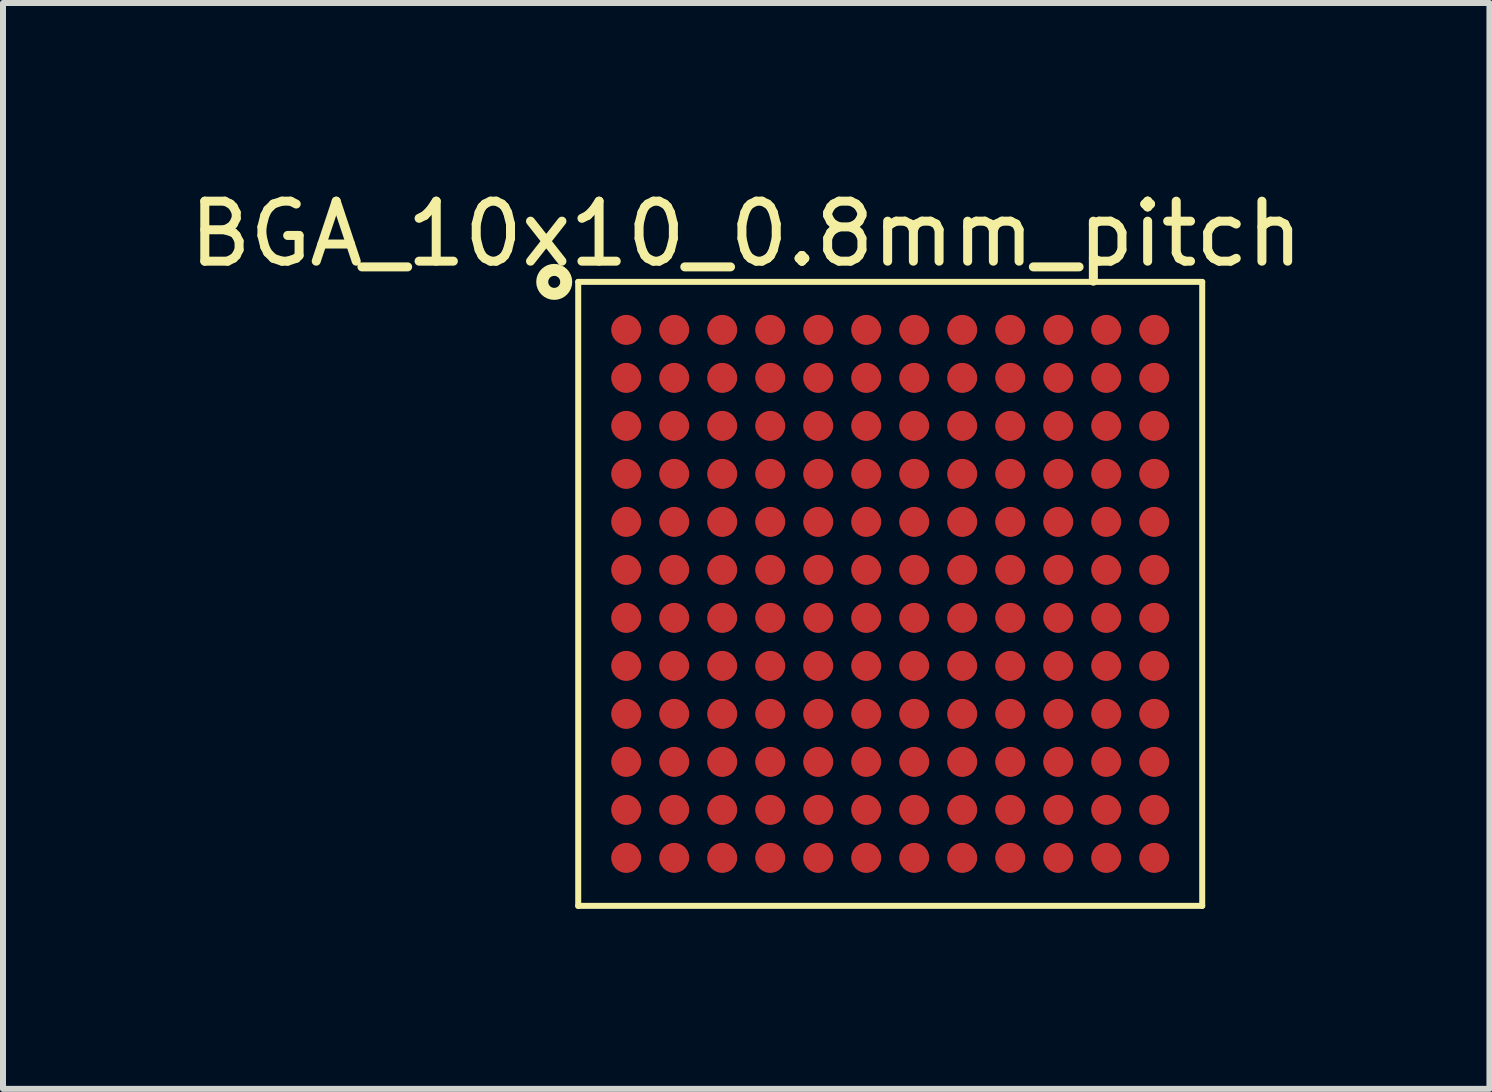
<source format=kicad_pcb>
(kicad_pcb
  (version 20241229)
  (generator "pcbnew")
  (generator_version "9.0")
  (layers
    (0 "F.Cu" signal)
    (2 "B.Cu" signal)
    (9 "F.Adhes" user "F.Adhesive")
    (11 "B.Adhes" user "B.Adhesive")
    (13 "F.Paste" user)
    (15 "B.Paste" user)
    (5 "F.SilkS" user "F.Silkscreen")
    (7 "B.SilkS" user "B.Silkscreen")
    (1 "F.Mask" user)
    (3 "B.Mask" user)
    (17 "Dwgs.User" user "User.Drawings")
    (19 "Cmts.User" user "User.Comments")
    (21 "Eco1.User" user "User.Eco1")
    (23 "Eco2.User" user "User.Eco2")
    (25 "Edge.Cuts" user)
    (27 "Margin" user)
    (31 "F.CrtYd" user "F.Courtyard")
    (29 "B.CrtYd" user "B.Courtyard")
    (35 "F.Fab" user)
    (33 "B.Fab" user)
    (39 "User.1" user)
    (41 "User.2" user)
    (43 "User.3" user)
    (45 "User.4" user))
  (footprint "BGA_10x10_0.8mm_pitch"
    (layer "F.Cu")
    (at 7.387 2.448)
    (property "Reference" "BGA_10x10_0.8mm_pitch" (at 2 -1.6 0) (layer "F.SilkS") (effects (font (size 1 1) (thickness 0.15))))
    (attr through_hole)
    (fp_line (start -0.8 -0.8) (end 9.6 -0.8) (stroke (width 0.1) (type solid)) (layer "F.SilkS"))
    (fp_line (start -0.8 9.6) (end -0.8 -0.8) (stroke (width 0.1) (type solid)) (layer "F.SilkS"))
    (fp_line (start 9.6 -0.8) (end 9.6 9.6) (stroke (width 0.1) (type solid)) (layer "F.SilkS"))
    (fp_line (start 9.6 9.6) (end -0.8 9.6) (stroke (width 0.1) (type solid)) (layer "F.SilkS"))
    (fp_circle (center -1.2 -0.8) (end -1.2 -0.6) (stroke (width 0.2) (type solid)) (fill no) (layer "F.SilkS"))
    (pad "A1" smd circle (at 0 0) (size 0.5 0.5) (layers "F.Cu" "F.Mask" "F.Paste"))
    (pad "A2" smd circle (at 0.8 0) (size 0.5 0.5) (layers "F.Cu" "F.Mask" "F.Paste"))
    (pad "A3" smd circle (at 1.6 0) (size 0.5 0.5) (layers "F.Cu" "F.Mask" "F.Paste"))
    (pad "A4" smd circle (at 2.4 0) (size 0.5 0.5) (layers "F.Cu" "F.Mask" "F.Paste"))
    (pad "A5" smd circle (at 3.2 0) (size 0.5 0.5) (layers "F.Cu" "F.Mask" "F.Paste"))
    (pad "A6" smd circle (at 4 0) (size 0.5 0.5) (layers "F.Cu" "F.Mask" "F.Paste"))
    (pad "A7" smd circle (at 4.8 0) (size 0.5 0.5) (layers "F.Cu" "F.Mask" "F.Paste"))
    (pad "A8" smd circle (at 5.6 0) (size 0.5 0.5) (layers "F.Cu" "F.Mask" "F.Paste"))
    (pad "A9" smd circle (at 6.4 0) (size 0.5 0.5) (layers "F.Cu" "F.Mask" "F.Paste"))
    (pad "A10" smd circle (at 7.2 0) (size 0.5 0.5) (layers "F.Cu" "F.Mask" "F.Paste"))
    (pad "A11" smd circle (at 8 0) (size 0.5 0.5) (layers "F.Cu" "F.Mask" "F.Paste"))
    (pad "A12" smd circle (at 8.8 0) (size 0.5 0.5) (layers "F.Cu" "F.Mask" "F.Paste"))
    (pad "B1" smd circle (at 0 0.8) (size 0.5 0.5) (layers "F.Cu" "F.Mask" "F.Paste"))
    (pad "B2" smd circle (at 0.8 0.8) (size 0.5 0.5) (layers "F.Cu" "F.Mask" "F.Paste"))
    (pad "B3" smd circle (at 1.6 0.8) (size 0.5 0.5) (layers "F.Cu" "F.Mask" "F.Paste"))
    (pad "B4" smd circle (at 2.4 0.8) (size 0.5 0.5) (layers "F.Cu" "F.Mask" "F.Paste"))
    (pad "B5" smd circle (at 3.2 0.8) (size 0.5 0.5) (layers "F.Cu" "F.Mask" "F.Paste"))
    (pad "B6" smd circle (at 4 0.8) (size 0.5 0.5) (layers "F.Cu" "F.Mask" "F.Paste"))
    (pad "B7" smd circle (at 4.8 0.8) (size 0.5 0.5) (layers "F.Cu" "F.Mask" "F.Paste"))
    (pad "B8" smd circle (at 5.6 0.8) (size 0.5 0.5) (layers "F.Cu" "F.Mask" "F.Paste"))
    (pad "B9" smd circle (at 6.4 0.8) (size 0.5 0.5) (layers "F.Cu" "F.Mask" "F.Paste"))
    (pad "B10" smd circle (at 7.2 0.8) (size 0.5 0.5) (layers "F.Cu" "F.Mask" "F.Paste"))
    (pad "B11" smd circle (at 8 0.8) (size 0.5 0.5) (layers "F.Cu" "F.Mask" "F.Paste"))
    (pad "B12" smd circle (at 8.8 0.8) (size 0.5 0.5) (layers "F.Cu" "F.Mask" "F.Paste"))
    (pad "C1" smd circle (at 0 1.6) (size 0.5 0.5) (layers "F.Cu" "F.Mask" "F.Paste"))
    (pad "C2" smd circle (at 0.8 1.6) (size 0.5 0.5) (layers "F.Cu" "F.Mask" "F.Paste"))
    (pad "C3" smd circle (at 1.6 1.6) (size 0.5 0.5) (layers "F.Cu" "F.Mask" "F.Paste"))
    (pad "C4" smd circle (at 2.4 1.6) (size 0.5 0.5) (layers "F.Cu" "F.Mask" "F.Paste"))
    (pad "C5" smd circle (at 3.2 1.6) (size 0.5 0.5) (layers "F.Cu" "F.Mask" "F.Paste"))
    (pad "C6" smd circle (at 4 1.6) (size 0.5 0.5) (layers "F.Cu" "F.Mask" "F.Paste"))
    (pad "C7" smd circle (at 4.8 1.6) (size 0.5 0.5) (layers "F.Cu" "F.Mask" "F.Paste"))
    (pad "C8" smd circle (at 5.6 1.6) (size 0.5 0.5) (layers "F.Cu" "F.Mask" "F.Paste"))
    (pad "C9" smd circle (at 6.4 1.6) (size 0.5 0.5) (layers "F.Cu" "F.Mask" "F.Paste"))
    (pad "C10" smd circle (at 7.2 1.6) (size 0.5 0.5) (layers "F.Cu" "F.Mask" "F.Paste"))
    (pad "C11" smd circle (at 8 1.6) (size 0.5 0.5) (layers "F.Cu" "F.Mask" "F.Paste"))
    (pad "C12" smd circle (at 8.8 1.6) (size 0.5 0.5) (layers "F.Cu" "F.Mask" "F.Paste"))
    (pad "D1" smd circle (at 0 2.4) (size 0.5 0.5) (layers "F.Cu" "F.Mask" "F.Paste"))
    (pad "D2" smd circle (at 0.8 2.4) (size 0.5 0.5) (layers "F.Cu" "F.Mask" "F.Paste"))
    (pad "D3" smd circle (at 1.6 2.4) (size 0.5 0.5) (layers "F.Cu" "F.Mask" "F.Paste"))
    (pad "D4" smd circle (at 2.4 2.4) (size 0.5 0.5) (layers "F.Cu" "F.Mask" "F.Paste"))
    (pad "D5" smd circle (at 3.2 2.4) (size 0.5 0.5) (layers "F.Cu" "F.Mask" "F.Paste"))
    (pad "D6" smd circle (at 4 2.4) (size 0.5 0.5) (layers "F.Cu" "F.Mask" "F.Paste"))
    (pad "D7" smd circle (at 4.8 2.4) (size 0.5 0.5) (layers "F.Cu" "F.Mask" "F.Paste"))
    (pad "D8" smd circle (at 5.6 2.4) (size 0.5 0.5) (layers "F.Cu" "F.Mask" "F.Paste"))
    (pad "D9" smd circle (at 6.4 2.4) (size 0.5 0.5) (layers "F.Cu" "F.Mask" "F.Paste"))
    (pad "D10" smd circle (at 7.2 2.4) (size 0.5 0.5) (layers "F.Cu" "F.Mask" "F.Paste"))
    (pad "D11" smd circle (at 8 2.4) (size 0.5 0.5) (layers "F.Cu" "F.Mask" "F.Paste"))
    (pad "D12" smd circle (at 8.8 2.4) (size 0.5 0.5) (layers "F.Cu" "F.Mask" "F.Paste"))
    (pad "E1" smd circle (at 0 3.2) (size 0.5 0.5) (layers "F.Cu" "F.Mask" "F.Paste"))
    (pad "E2" smd circle (at 0.8 3.2) (size 0.5 0.5) (layers "F.Cu" "F.Mask" "F.Paste"))
    (pad "E3" smd circle (at 1.6 3.2) (size 0.5 0.5) (layers "F.Cu" "F.Mask" "F.Paste"))
    (pad "E4" smd circle (at 2.4 3.2) (size 0.5 0.5) (layers "F.Cu" "F.Mask" "F.Paste"))
    (pad "E5" smd circle (at 3.2 3.2) (size 0.5 0.5) (layers "F.Cu" "F.Mask" "F.Paste"))
    (pad "E6" smd circle (at 4 3.2) (size 0.5 0.5) (layers "F.Cu" "F.Mask" "F.Paste"))
    (pad "E7" smd circle (at 4.8 3.2) (size 0.5 0.5) (layers "F.Cu" "F.Mask" "F.Paste"))
    (pad "E8" smd circle (at 5.6 3.2) (size 0.5 0.5) (layers "F.Cu" "F.Mask" "F.Paste"))
    (pad "E9" smd circle (at 6.4 3.2) (size 0.5 0.5) (layers "F.Cu" "F.Mask" "F.Paste"))
    (pad "E10" smd circle (at 7.2 3.2) (size 0.5 0.5) (layers "F.Cu" "F.Mask" "F.Paste"))
    (pad "E11" smd circle (at 8 3.2) (size 0.5 0.5) (layers "F.Cu" "F.Mask" "F.Paste"))
    (pad "E12" smd circle (at 8.8 3.2) (size 0.5 0.5) (layers "F.Cu" "F.Mask" "F.Paste"))
    (pad "F1" smd circle (at 0 4) (size 0.5 0.5) (layers "F.Cu" "F.Mask" "F.Paste"))
    (pad "F2" smd circle (at 0.8 4) (size 0.5 0.5) (layers "F.Cu" "F.Mask" "F.Paste"))
    (pad "F3" smd circle (at 1.6 4) (size 0.5 0.5) (layers "F.Cu" "F.Mask" "F.Paste"))
    (pad "F4" smd circle (at 2.4 4) (size 0.5 0.5) (layers "F.Cu" "F.Mask" "F.Paste"))
    (pad "F5" smd circle (at 3.2 4) (size 0.5 0.5) (layers "F.Cu" "F.Mask" "F.Paste"))
    (pad "F6" smd circle (at 4 4) (size 0.5 0.5) (layers "F.Cu" "F.Mask" "F.Paste"))
    (pad "F7" smd circle (at 4.8 4) (size 0.5 0.5) (layers "F.Cu" "F.Mask" "F.Paste"))
    (pad "F8" smd circle (at 5.6 4) (size 0.5 0.5) (layers "F.Cu" "F.Mask" "F.Paste"))
    (pad "F9" smd circle (at 6.4 4) (size 0.5 0.5) (layers "F.Cu" "F.Mask" "F.Paste"))
    (pad "F10" smd circle (at 7.2 4) (size 0.5 0.5) (layers "F.Cu" "F.Mask" "F.Paste"))
    (pad "F11" smd circle (at 8 4) (size 0.5 0.5) (layers "F.Cu" "F.Mask" "F.Paste"))
    (pad "F12" smd circle (at 8.8 4) (size 0.5 0.5) (layers "F.Cu" "F.Mask" "F.Paste"))
    (pad "G1" smd circle (at 0 4.8) (size 0.5 0.5) (layers "F.Cu" "F.Mask" "F.Paste"))
    (pad "G2" smd circle (at 0.8 4.8) (size 0.5 0.5) (layers "F.Cu" "F.Mask" "F.Paste"))
    (pad "G3" smd circle (at 1.6 4.8) (size 0.5 0.5) (layers "F.Cu" "F.Mask" "F.Paste"))
    (pad "G4" smd circle (at 2.4 4.8) (size 0.5 0.5) (layers "F.Cu" "F.Mask" "F.Paste"))
    (pad "G5" smd circle (at 3.2 4.8) (size 0.5 0.5) (layers "F.Cu" "F.Mask" "F.Paste"))
    (pad "G6" smd circle (at 4 4.8) (size 0.5 0.5) (layers "F.Cu" "F.Mask" "F.Paste"))
    (pad "G7" smd circle (at 4.8 4.8) (size 0.5 0.5) (layers "F.Cu" "F.Mask" "F.Paste"))
    (pad "G8" smd circle (at 5.6 4.8) (size 0.5 0.5) (layers "F.Cu" "F.Mask" "F.Paste"))
    (pad "G9" smd circle (at 6.4 4.8) (size 0.5 0.5) (layers "F.Cu" "F.Mask" "F.Paste"))
    (pad "G10" smd circle (at 7.2 4.8) (size 0.5 0.5) (layers "F.Cu" "F.Mask" "F.Paste"))
    (pad "G11" smd circle (at 8 4.8) (size 0.5 0.5) (layers "F.Cu" "F.Mask" "F.Paste"))
    (pad "G12" smd circle (at 8.8 4.8) (size 0.5 0.5) (layers "F.Cu" "F.Mask" "F.Paste"))
    (pad "H1" smd circle (at 0 5.6) (size 0.5 0.5) (layers "F.Cu" "F.Mask" "F.Paste"))
    (pad "H2" smd circle (at 0.8 5.6) (size 0.5 0.5) (layers "F.Cu" "F.Mask" "F.Paste"))
    (pad "H3" smd circle (at 1.6 5.6) (size 0.5 0.5) (layers "F.Cu" "F.Mask" "F.Paste"))
    (pad "H4" smd circle (at 2.4 5.6) (size 0.5 0.5) (layers "F.Cu" "F.Mask" "F.Paste"))
    (pad "H5" smd circle (at 3.2 5.6) (size 0.5 0.5) (layers "F.Cu" "F.Mask" "F.Paste"))
    (pad "H6" smd circle (at 4 5.6) (size 0.5 0.5) (layers "F.Cu" "F.Mask" "F.Paste"))
    (pad "H7" smd circle (at 4.8 5.6) (size 0.5 0.5) (layers "F.Cu" "F.Mask" "F.Paste"))
    (pad "H8" smd circle (at 5.6 5.6) (size 0.5 0.5) (layers "F.Cu" "F.Mask" "F.Paste"))
    (pad "H9" smd circle (at 6.4 5.6) (size 0.5 0.5) (layers "F.Cu" "F.Mask" "F.Paste"))
    (pad "H10" smd circle (at 7.2 5.6) (size 0.5 0.5) (layers "F.Cu" "F.Mask" "F.Paste"))
    (pad "H11" smd circle (at 8 5.6) (size 0.5 0.5) (layers "F.Cu" "F.Mask" "F.Paste"))
    (pad "H12" smd circle (at 8.8 5.6) (size 0.5 0.5) (layers "F.Cu" "F.Mask" "F.Paste"))
    (pad "J1" smd circle (at 0 6.4) (size 0.5 0.5) (layers "F.Cu" "F.Mask" "F.Paste"))
    (pad "J2" smd circle (at 0.8 6.4) (size 0.5 0.5) (layers "F.Cu" "F.Mask" "F.Paste"))
    (pad "J3" smd circle (at 1.6 6.4) (size 0.5 0.5) (layers "F.Cu" "F.Mask" "F.Paste"))
    (pad "J4" smd circle (at 2.4 6.4) (size 0.5 0.5) (layers "F.Cu" "F.Mask" "F.Paste"))
    (pad "J5" smd circle (at 3.2 6.4) (size 0.5 0.5) (layers "F.Cu" "F.Mask" "F.Paste"))
    (pad "J6" smd circle (at 4 6.4) (size 0.5 0.5) (layers "F.Cu" "F.Mask" "F.Paste"))
    (pad "J7" smd circle (at 4.8 6.4) (size 0.5 0.5) (layers "F.Cu" "F.Mask" "F.Paste"))
    (pad "J8" smd circle (at 5.6 6.4) (size 0.5 0.5) (layers "F.Cu" "F.Mask" "F.Paste"))
    (pad "J9" smd circle (at 6.4 6.4) (size 0.5 0.5) (layers "F.Cu" "F.Mask" "F.Paste"))
    (pad "J10" smd circle (at 7.2 6.4) (size 0.5 0.5) (layers "F.Cu" "F.Mask" "F.Paste"))
    (pad "J11" smd circle (at 8 6.4) (size 0.5 0.5) (layers "F.Cu" "F.Mask" "F.Paste"))
    (pad "J12" smd circle (at 8.8 6.4) (size 0.5 0.5) (layers "F.Cu" "F.Mask" "F.Paste"))
    (pad "K1" smd circle (at 0 7.2) (size 0.5 0.5) (layers "F.Cu" "F.Mask" "F.Paste"))
    (pad "K2" smd circle (at 0.8 7.2) (size 0.5 0.5) (layers "F.Cu" "F.Mask" "F.Paste"))
    (pad "K3" smd circle (at 1.6 7.2) (size 0.5 0.5) (layers "F.Cu" "F.Mask" "F.Paste"))
    (pad "K4" smd circle (at 2.4 7.2) (size 0.5 0.5) (layers "F.Cu" "F.Mask" "F.Paste"))
    (pad "K5" smd circle (at 3.2 7.2) (size 0.5 0.5) (layers "F.Cu" "F.Mask" "F.Paste"))
    (pad "K6" smd circle (at 4 7.2) (size 0.5 0.5) (layers "F.Cu" "F.Mask" "F.Paste"))
    (pad "K7" smd circle (at 4.8 7.2) (size 0.5 0.5) (layers "F.Cu" "F.Mask" "F.Paste"))
    (pad "K8" smd circle (at 5.6 7.2) (size 0.5 0.5) (layers "F.Cu" "F.Mask" "F.Paste"))
    (pad "K9" smd circle (at 6.4 7.2) (size 0.5 0.5) (layers "F.Cu" "F.Mask" "F.Paste"))
    (pad "K10" smd circle (at 7.2 7.2) (size 0.5 0.5) (layers "F.Cu" "F.Mask" "F.Paste"))
    (pad "K11" smd circle (at 8 7.2) (size 0.5 0.5) (layers "F.Cu" "F.Mask" "F.Paste"))
    (pad "K12" smd circle (at 8.8 7.2) (size 0.5 0.5) (layers "F.Cu" "F.Mask" "F.Paste"))
    (pad "L1" smd circle (at 0 8) (size 0.5 0.5) (layers "F.Cu" "F.Mask" "F.Paste"))
    (pad "L2" smd circle (at 0.8 8) (size 0.5 0.5) (layers "F.Cu" "F.Mask" "F.Paste"))
    (pad "L3" smd circle (at 1.6 8) (size 0.5 0.5) (layers "F.Cu" "F.Mask" "F.Paste"))
    (pad "L4" smd circle (at 2.4 8) (size 0.5 0.5) (layers "F.Cu" "F.Mask" "F.Paste"))
    (pad "L5" smd circle (at 3.2 8) (size 0.5 0.5) (layers "F.Cu" "F.Mask" "F.Paste"))
    (pad "L6" smd circle (at 4 8) (size 0.5 0.5) (layers "F.Cu" "F.Mask" "F.Paste"))
    (pad "L7" smd circle (at 4.8 8) (size 0.5 0.5) (layers "F.Cu" "F.Mask" "F.Paste"))
    (pad "L8" smd circle (at 5.6 8) (size 0.5 0.5) (layers "F.Cu" "F.Mask" "F.Paste"))
    (pad "L9" smd circle (at 6.4 8) (size 0.5 0.5) (layers "F.Cu" "F.Mask" "F.Paste"))
    (pad "L10" smd circle (at 7.2 8) (size 0.5 0.5) (layers "F.Cu" "F.Mask" "F.Paste"))
    (pad "L11" smd circle (at 8 8) (size 0.5 0.5) (layers "F.Cu" "F.Mask" "F.Paste"))
    (pad "L12" smd circle (at 8.8 8) (size 0.5 0.5) (layers "F.Cu" "F.Mask" "F.Paste"))
    (pad "M1" smd circle (at 0 8.8) (size 0.5 0.5) (layers "F.Cu" "F.Mask" "F.Paste"))
    (pad "M2" smd circle (at 0.8 8.8) (size 0.5 0.5) (layers "F.Cu" "F.Mask" "F.Paste"))
    (pad "M3" smd circle (at 1.6 8.8) (size 0.5 0.5) (layers "F.Cu" "F.Mask" "F.Paste"))
    (pad "M4" smd circle (at 2.4 8.8) (size 0.5 0.5) (layers "F.Cu" "F.Mask" "F.Paste"))
    (pad "M5" smd circle (at 3.2 8.8) (size 0.5 0.5) (layers "F.Cu" "F.Mask" "F.Paste"))
    (pad "M6" smd circle (at 4 8.8) (size 0.5 0.5) (layers "F.Cu" "F.Mask" "F.Paste"))
    (pad "M7" smd circle (at 4.8 8.8) (size 0.5 0.5) (layers "F.Cu" "F.Mask" "F.Paste"))
    (pad "M8" smd circle (at 5.6 8.8) (size 0.5 0.5) (layers "F.Cu" "F.Mask" "F.Paste"))
    (pad "M9" smd circle (at 6.4 8.8) (size 0.5 0.5) (layers "F.Cu" "F.Mask" "F.Paste"))
    (pad "M10" smd circle (at 7.2 8.8) (size 0.5 0.5) (layers "F.Cu" "F.Mask" "F.Paste"))
    (pad "M11" smd circle (at 8 8.8) (size 0.5 0.5) (layers "F.Cu" "F.Mask" "F.Paste"))
    (pad "M12" smd circle (at 8.8 8.8) (size 0.5 0.5) (layers "F.Cu" "F.Mask" "F.Paste")))
  (gr_rect
    (start -3 -3)
    (end 21.774 15.098)
    (stroke (width 0.1) (type default))
    (fill no)
    (layer "Edge.Cuts")))
</source>
